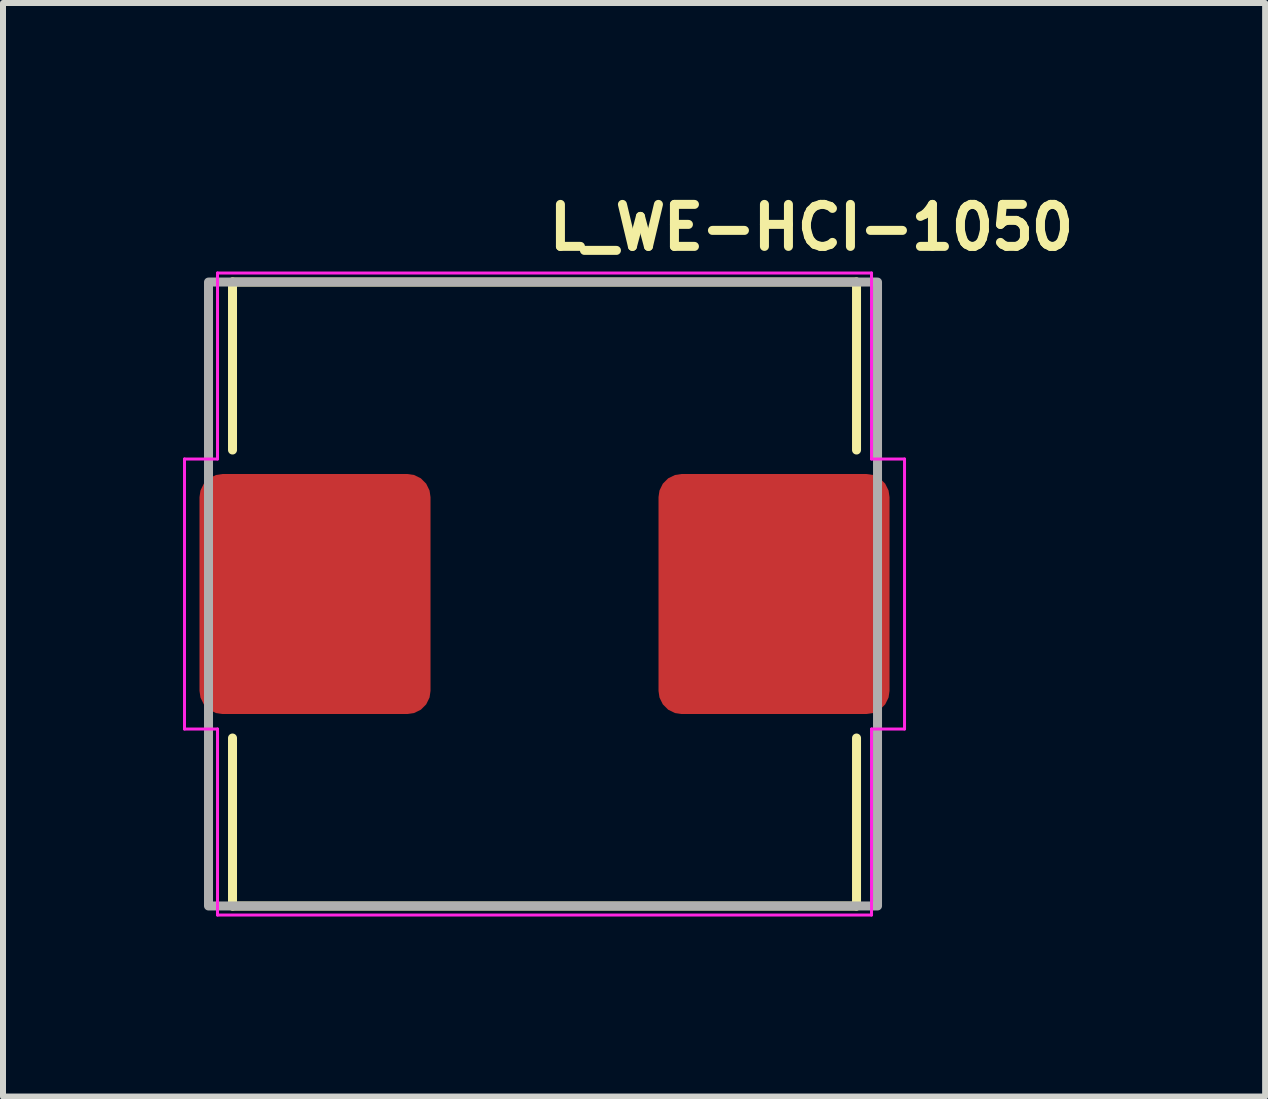
<source format=kicad_pcb>
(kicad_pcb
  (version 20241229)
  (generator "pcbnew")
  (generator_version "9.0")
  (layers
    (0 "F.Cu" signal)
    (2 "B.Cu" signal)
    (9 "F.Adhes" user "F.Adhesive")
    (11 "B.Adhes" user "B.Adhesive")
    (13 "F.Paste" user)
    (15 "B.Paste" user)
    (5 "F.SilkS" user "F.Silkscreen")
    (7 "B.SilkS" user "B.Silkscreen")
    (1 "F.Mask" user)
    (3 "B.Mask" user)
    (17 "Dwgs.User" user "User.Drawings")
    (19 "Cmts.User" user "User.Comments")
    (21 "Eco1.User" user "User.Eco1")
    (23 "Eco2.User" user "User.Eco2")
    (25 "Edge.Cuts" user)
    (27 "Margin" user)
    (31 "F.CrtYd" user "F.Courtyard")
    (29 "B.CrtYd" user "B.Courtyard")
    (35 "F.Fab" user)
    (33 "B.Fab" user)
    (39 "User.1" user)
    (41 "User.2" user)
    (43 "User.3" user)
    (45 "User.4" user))
  (footprint "L_WE-HCI-1050"
    (layer "F.Cu")
    (at 6.025 6.85)
    (property "Reference" "L_WE-HCI-1050" (at 0 -5.7 0) (layer "F.SilkS") (effects (font (size 0.7 0.7) (thickness 0.15)) (justify left bottom)))
    (attr smd)
    (fp_line (start -5.2 -5.2) (end 5.2 -5.2) (stroke (width 0.15) (type solid)) (layer "F.SilkS"))
    (fp_line (start -5.2 -2.4) (end -5.2 -5.2) (stroke (width 0.15) (type solid)) (layer "F.SilkS"))
    (fp_line (start -5.2 2.4) (end -5.2 5.2) (stroke (width 0.15) (type solid)) (layer "F.SilkS"))
    (fp_line (start -5.2 5.2) (end 5.2 5.2) (stroke (width 0.15) (type solid)) (layer "F.SilkS"))
    (fp_line (start 5.2 -5.2) (end 5.2 -2.4) (stroke (width 0.15) (type solid)) (layer "F.SilkS"))
    (fp_line (start 5.2 5.2) (end 5.2 2.4) (stroke (width 0.15) (type solid)) (layer "F.SilkS"))
    (fp_line (start -6 -2.25) (end -6 2.25) (stroke (width 0.05) (type solid)) (layer "F.CrtYd"))
    (fp_line (start -6 -2.25) (end -5.45 -2.25) (stroke (width 0.05) (type solid)) (layer "F.CrtYd"))
    (fp_line (start -6 2.25) (end -5.45 2.25) (stroke (width 0.05) (type solid)) (layer "F.CrtYd"))
    (fp_line (start -5.45 -5.35) (end -5.45 -2.25) (stroke (width 0.05) (type solid)) (layer "F.CrtYd"))
    (fp_line (start -5.45 2.25) (end -5.45 5.35) (stroke (width 0.05) (type solid)) (layer "F.CrtYd"))
    (fp_line (start -5.45 5.35) (end 5.45 5.35) (stroke (width 0.05) (type solid)) (layer "F.CrtYd"))
    (fp_line (start 5.45 -5.35) (end -5.45 -5.35) (stroke (width 0.05) (type solid)) (layer "F.CrtYd"))
    (fp_line (start 5.45 -5.35) (end 5.45 -2.25) (stroke (width 0.05) (type solid)) (layer "F.CrtYd"))
    (fp_line (start 5.45 -2.25) (end 6 -2.25) (stroke (width 0.05) (type solid)) (layer "F.CrtYd"))
    (fp_line (start 5.45 2.25) (end 5.45 5.35) (stroke (width 0.05) (type solid)) (layer "F.CrtYd"))
    (fp_line (start 5.45 2.25) (end 6 2.25) (stroke (width 0.05) (type solid)) (layer "F.CrtYd"))
    (fp_line (start 6 2.25) (end 6 -2.25) (stroke (width 0.05) (type solid)) (layer "F.CrtYd"))
    (fp_rect (start -5.6 -5.199) (end 5.55 5.199) (stroke (width 0.15) (type solid)) (fill no) (layer "F.Fab"))
    (fp_rect (start -5.6 -5.199) (end 5.55 5.199) (stroke (width 0.1) (type solid)) (fill no) (layer "User.5"))
    (fp_line (start -5.5 -1.1) (end -5.5 1.1) (stroke (width 0.02) (type solid)) (layer "User.9"))
    (fp_line (start -5.5 -1.1) (end -5.269 -1.1) (stroke (width 0.02) (type solid)) (layer "User.9"))
    (fp_line (start -5.5 1.1) (end -5.269 1.1) (stroke (width 0.02) (type solid)) (layer "User.9"))
    (fp_line (start -5.269 -1.1) (end -5.099 -1.1) (stroke (width 0.02) (type solid)) (layer "User.9"))
    (fp_line (start -5.269 1.1) (end -5.099 1.1) (stroke (width 0.02) (type solid)) (layer "User.9"))
    (fp_line (start -5.099 -4.624) (end -5.099 -4.6) (stroke (width 0.02) (type solid)) (layer "User.9"))
    (fp_line (start -5.099 -4.6) (end -5.099 -1.5) (stroke (width 0.02) (type solid)) (layer "User.9"))
    (fp_line (start -5.099 -4.6) (end -5.099 4.6) (stroke (width 0.02) (type solid)) (layer "User.9"))
    (fp_line (start -5.099 1.5) (end -5.099 4.6) (stroke (width 0.02) (type solid)) (layer "User.9"))
    (fp_line (start -5.099 4.6) (end -5.099 4.624) (stroke (width 0.02) (type solid)) (layer "User.9"))
    (fp_line (start -5.099 4.624) (end -5.097 4.649) (stroke (width 0.02) (type solid)) (layer "User.9"))
    (fp_line (start -5.097 -4.649) (end -5.099 -4.624) (stroke (width 0.02) (type solid)) (layer "User.9"))
    (fp_line (start -5.097 4.649) (end -5.094 4.673) (stroke (width 0.02) (type solid)) (layer "User.9"))
    (fp_line (start -5.094 -4.673) (end -5.097 -4.649) (stroke (width 0.02) (type solid)) (layer "User.9"))
    (fp_line (start -5.094 4.673) (end -5.09 4.698) (stroke (width 0.02) (type solid)) (layer "User.9"))
    (fp_line (start -5.09 -4.698) (end -5.094 -4.673) (stroke (width 0.02) (type solid)) (layer "User.9"))
    (fp_line (start -5.09 4.698) (end -5.084 4.721) (stroke (width 0.02) (type solid)) (layer "User.9"))
    (fp_line (start -5.084 -4.721) (end -5.09 -4.698) (stroke (width 0.02) (type solid)) (layer "User.9"))
    (fp_line (start -5.084 4.721) (end -5.078 4.745) (stroke (width 0.02) (type solid)) (layer "User.9"))
    (fp_line (start -5.078 -4.745) (end -5.084 -4.721) (stroke (width 0.02) (type solid)) (layer "User.9"))
    (fp_line (start -5.078 4.745) (end -5.07 4.768) (stroke (width 0.02) (type solid)) (layer "User.9"))
    (fp_line (start -5.07 -4.768) (end -5.078 -4.745) (stroke (width 0.02) (type solid)) (layer "User.9"))
    (fp_line (start -5.07 4.768) (end -5.061 4.791) (stroke (width 0.02) (type solid)) (layer "User.9"))
    (fp_line (start -5.061 -4.791) (end -5.07 -4.768) (stroke (width 0.02) (type solid)) (layer "User.9"))
    (fp_line (start -5.061 4.791) (end -5.052 4.813) (stroke (width 0.02) (type solid)) (layer "User.9"))
    (fp_line (start -5.052 -4.813) (end -5.061 -4.791) (stroke (width 0.02) (type solid)) (layer "User.9"))
    (fp_line (start -5.052 4.813) (end -5.041 4.835) (stroke (width 0.02) (type solid)) (layer "User.9"))
    (fp_line (start -5.041 -4.835) (end -5.052 -4.813) (stroke (width 0.02) (type solid)) (layer "User.9"))
    (fp_line (start -5.041 4.835) (end -5.029 4.856) (stroke (width 0.02) (type solid)) (layer "User.9"))
    (fp_line (start -5.029 -4.856) (end -5.041 -4.835) (stroke (width 0.02) (type solid)) (layer "User.9"))
    (fp_line (start -5.029 4.856) (end -5.015 4.877) (stroke (width 0.02) (type solid)) (layer "User.9"))
    (fp_line (start -5.015 -4.877) (end -5.029 -4.856) (stroke (width 0.02) (type solid)) (layer "User.9"))
    (fp_line (start -5.015 4.877) (end -5.001 4.897) (stroke (width 0.02) (type solid)) (layer "User.9"))
    (fp_line (start -5.001 -4.897) (end -5.015 -4.877) (stroke (width 0.02) (type solid)) (layer "User.9"))
    (fp_line (start -5.001 4.897) (end -4.986 4.916) (stroke (width 0.02) (type solid)) (layer "User.9"))
    (fp_line (start -4.986 -4.916) (end -5.001 -4.897) (stroke (width 0.02) (type solid)) (layer "User.9"))
    (fp_line (start -4.986 4.916) (end -4.97 4.935) (stroke (width 0.02) (type solid)) (layer "User.9"))
    (fp_line (start -4.97 -4.935) (end -4.986 -4.916) (stroke (width 0.02) (type solid)) (layer "User.9"))
    (fp_line (start -4.97 4.935) (end -4.953 4.953) (stroke (width 0.02) (type solid)) (layer "User.9"))
    (fp_line (start -4.953 -4.953) (end -4.97 -4.935) (stroke (width 0.02) (type solid)) (layer "User.9"))
    (fp_line (start -4.953 -4.953) (end -4.953 -4.953) (stroke (width 0.02) (type solid)) (layer "User.9"))
    (fp_line (start -4.953 4.953) (end -4.953 4.953) (stroke (width 0.02) (type solid)) (layer "User.9"))
    (fp_line (start -4.953 4.953) (end -4.935 4.97) (stroke (width 0.02) (type solid)) (layer "User.9"))
    (fp_line (start -4.935 -4.97) (end -4.953 -4.953) (stroke (width 0.02) (type solid)) (layer "User.9"))
    (fp_line (start -4.935 4.97) (end -4.916 4.986) (stroke (width 0.02) (type solid)) (layer "User.9"))
    (fp_line (start -4.916 -4.986) (end -4.935 -4.97) (stroke (width 0.02) (type solid)) (layer "User.9"))
    (fp_line (start -4.916 4.986) (end -4.897 5.001) (stroke (width 0.02) (type solid)) (layer "User.9"))
    (fp_line (start -4.897 -5.001) (end -4.916 -4.986) (stroke (width 0.02) (type solid)) (layer "User.9"))
    (fp_line (start -4.897 5.001) (end -4.877 5.015) (stroke (width 0.02) (type solid)) (layer "User.9"))
    (fp_line (start -4.877 -5.015) (end -4.897 -5.001) (stroke (width 0.02) (type solid)) (layer "User.9"))
    (fp_line (start -4.877 5.015) (end -4.856 5.029) (stroke (width 0.02) (type solid)) (layer "User.9"))
    (fp_line (start -4.856 -5.029) (end -4.877 -5.015) (stroke (width 0.02) (type solid)) (layer "User.9"))
    (fp_line (start -4.856 5.029) (end -4.835 5.041) (stroke (width 0.02) (type solid)) (layer "User.9"))
    (fp_line (start -4.835 -5.041) (end -4.856 -5.029) (stroke (width 0.02) (type solid)) (layer "User.9"))
    (fp_line (start -4.835 5.041) (end -4.813 5.052) (stroke (width 0.02) (type solid)) (layer "User.9"))
    (fp_line (start -4.813 -5.052) (end -4.835 -5.041) (stroke (width 0.02) (type solid)) (layer "User.9"))
    (fp_line (start -4.813 5.052) (end -4.791 5.061) (stroke (width 0.02) (type solid)) (layer "User.9"))
    (fp_line (start -4.791 -5.061) (end -4.813 -5.052) (stroke (width 0.02) (type solid)) (layer "User.9"))
    (fp_line (start -4.791 5.061) (end -4.768 5.07) (stroke (width 0.02) (type solid)) (layer "User.9"))
    (fp_line (start -4.768 -5.07) (end -4.791 -5.061) (stroke (width 0.02) (type solid)) (layer "User.9"))
    (fp_line (start -4.768 5.07) (end -4.745 5.078) (stroke (width 0.02) (type solid)) (layer "User.9"))
    (fp_line (start -4.745 -5.078) (end -4.768 -5.07) (stroke (width 0.02) (type solid)) (layer "User.9"))
    (fp_line (start -4.745 5.078) (end -4.721 5.084) (stroke (width 0.02) (type solid)) (layer "User.9"))
    (fp_line (start -4.721 -5.084) (end -4.745 -5.078) (stroke (width 0.02) (type solid)) (layer "User.9"))
    (fp_line (start -4.721 5.084) (end -4.698 5.09) (stroke (width 0.02) (type solid)) (layer "User.9"))
    (fp_line (start -4.698 -5.09) (end -4.721 -5.084) (stroke (width 0.02) (type solid)) (layer "User.9"))
    (fp_line (start -4.698 5.09) (end -4.673 5.094) (stroke (width 0.02) (type solid)) (layer "User.9"))
    (fp_line (start -4.673 -5.094) (end -4.698 -5.09) (stroke (width 0.02) (type solid)) (layer "User.9"))
    (fp_line (start -4.673 5.094) (end -4.649 5.097) (stroke (width 0.02) (type solid)) (layer "User.9"))
    (fp_line (start -4.649 -5.097) (end -4.673 -5.094) (stroke (width 0.02) (type solid)) (layer "User.9"))
    (fp_line (start -4.649 5.097) (end -4.624 5.099) (stroke (width 0.02) (type solid)) (layer "User.9"))
    (fp_line (start -4.624 -5.099) (end -4.649 -5.097) (stroke (width 0.02) (type solid)) (layer "User.9"))
    (fp_line (start -4.624 5.099) (end -4.6 5.099) (stroke (width 0.02) (type solid)) (layer "User.9"))
    (fp_line (start -4.6 -5.099) (end -4.624 -5.099) (stroke (width 0.02) (type solid)) (layer "User.9"))
    (fp_line (start -4.6 5.099) (end 4.6 5.099) (stroke (width 0.02) (type solid)) (layer "User.9"))
    (fp_line (start -4.6 5.099) (end 4.6 5.099) (stroke (width 0.02) (type solid)) (layer "User.9"))
    (fp_line (start 4.6 -5.099) (end -4.6 -5.099) (stroke (width 0.02) (type solid)) (layer "User.9"))
    (fp_line (start 4.6 -5.099) (end -4.6 -5.099) (stroke (width 0.02) (type solid)) (layer "User.9"))
    (fp_line (start 4.6 5.099) (end 4.624 5.099) (stroke (width 0.02) (type solid)) (layer "User.9"))
    (fp_line (start 4.624 -5.099) (end 4.6 -5.099) (stroke (width 0.02) (type solid)) (layer "User.9"))
    (fp_line (start 4.624 5.099) (end 4.649 5.097) (stroke (width 0.02) (type solid)) (layer "User.9"))
    (fp_line (start 4.649 -5.097) (end 4.624 -5.099) (stroke (width 0.02) (type solid)) (layer "User.9"))
    (fp_line (start 4.649 5.097) (end 4.673 5.094) (stroke (width 0.02) (type solid)) (layer "User.9"))
    (fp_line (start 4.673 -5.094) (end 4.649 -5.097) (stroke (width 0.02) (type solid)) (layer "User.9"))
    (fp_line (start 4.673 5.094) (end 4.698 5.09) (stroke (width 0.02) (type solid)) (layer "User.9"))
    (fp_line (start 4.698 -5.09) (end 4.673 -5.094) (stroke (width 0.02) (type solid)) (layer "User.9"))
    (fp_line (start 4.698 5.09) (end 4.721 5.084) (stroke (width 0.02) (type solid)) (layer "User.9"))
    (fp_line (start 4.721 -5.084) (end 4.698 -5.09) (stroke (width 0.02) (type solid)) (layer "User.9"))
    (fp_line (start 4.721 5.084) (end 4.745 5.078) (stroke (width 0.02) (type solid)) (layer "User.9"))
    (fp_line (start 4.745 -5.078) (end 4.721 -5.084) (stroke (width 0.02) (type solid)) (layer "User.9"))
    (fp_line (start 4.745 5.078) (end 4.768 5.07) (stroke (width 0.02) (type solid)) (layer "User.9"))
    (fp_line (start 4.768 -5.07) (end 4.745 -5.078) (stroke (width 0.02) (type solid)) (layer "User.9"))
    (fp_line (start 4.768 5.07) (end 4.791 5.061) (stroke (width 0.02) (type solid)) (layer "User.9"))
    (fp_line (start 4.791 -5.061) (end 4.768 -5.07) (stroke (width 0.02) (type solid)) (layer "User.9"))
    (fp_line (start 4.791 5.061) (end 4.813 5.052) (stroke (width 0.02) (type solid)) (layer "User.9"))
    (fp_line (start 4.813 -5.052) (end 4.791 -5.061) (stroke (width 0.02) (type solid)) (layer "User.9"))
    (fp_line (start 4.813 5.052) (end 4.835 5.041) (stroke (width 0.02) (type solid)) (layer "User.9"))
    (fp_line (start 4.835 -5.041) (end 4.813 -5.052) (stroke (width 0.02) (type solid)) (layer "User.9"))
    (fp_line (start 4.835 5.041) (end 4.856 5.029) (stroke (width 0.02) (type solid)) (layer "User.9"))
    (fp_line (start 4.856 -5.029) (end 4.835 -5.041) (stroke (width 0.02) (type solid)) (layer "User.9"))
    (fp_line (start 4.856 5.029) (end 4.877 5.015) (stroke (width 0.02) (type solid)) (layer "User.9"))
    (fp_line (start 4.877 -5.015) (end 4.856 -5.029) (stroke (width 0.02) (type solid)) (layer "User.9"))
    (fp_line (start 4.877 5.015) (end 4.897 5.001) (stroke (width 0.02) (type solid)) (layer "User.9"))
    (fp_line (start 4.897 -5.001) (end 4.877 -5.015) (stroke (width 0.02) (type solid)) (layer "User.9"))
    (fp_line (start 4.897 5.001) (end 4.916 4.986) (stroke (width 0.02) (type solid)) (layer "User.9"))
    (fp_line (start 4.916 -4.986) (end 4.897 -5.001) (stroke (width 0.02) (type solid)) (layer "User.9"))
    (fp_line (start 4.916 4.986) (end 4.935 4.97) (stroke (width 0.02) (type solid)) (layer "User.9"))
    (fp_line (start 4.935 -4.97) (end 4.916 -4.986) (stroke (width 0.02) (type solid)) (layer "User.9"))
    (fp_line (start 4.935 4.97) (end 4.953 4.953) (stroke (width 0.02) (type solid)) (layer "User.9"))
    (fp_line (start 4.953 -4.953) (end 4.935 -4.97) (stroke (width 0.02) (type solid)) (layer "User.9"))
    (fp_line (start 4.953 -4.953) (end 4.953 -4.953) (stroke (width 0.02) (type solid)) (layer "User.9"))
    (fp_line (start 4.953 4.953) (end 4.953 4.953) (stroke (width 0.02) (type solid)) (layer "User.9"))
    (fp_line (start 4.953 4.953) (end 4.97 4.935) (stroke (width 0.02) (type solid)) (layer "User.9"))
    (fp_line (start 4.97 -4.935) (end 4.953 -4.953) (stroke (width 0.02) (type solid)) (layer "User.9"))
    (fp_line (start 4.97 4.935) (end 4.986 4.916) (stroke (width 0.02) (type solid)) (layer "User.9"))
    (fp_line (start 4.986 -4.916) (end 4.97 -4.935) (stroke (width 0.02) (type solid)) (layer "User.9"))
    (fp_line (start 4.986 4.916) (end 5.001 4.897) (stroke (width 0.02) (type solid)) (layer "User.9"))
    (fp_line (start 5.001 -4.897) (end 4.986 -4.916) (stroke (width 0.02) (type solid)) (layer "User.9"))
    (fp_line (start 5.001 4.897) (end 5.015 4.877) (stroke (width 0.02) (type solid)) (layer "User.9"))
    (fp_line (start 5.015 -4.877) (end 5.001 -4.897) (stroke (width 0.02) (type solid)) (layer "User.9"))
    (fp_line (start 5.015 4.877) (end 5.029 4.856) (stroke (width 0.02) (type solid)) (layer "User.9"))
    (fp_line (start 5.029 -4.856) (end 5.015 -4.877) (stroke (width 0.02) (type solid)) (layer "User.9"))
    (fp_line (start 5.029 4.856) (end 5.041 4.835) (stroke (width 0.02) (type solid)) (layer "User.9"))
    (fp_line (start 5.041 -4.835) (end 5.029 -4.856) (stroke (width 0.02) (type solid)) (layer "User.9"))
    (fp_line (start 5.041 4.835) (end 5.052 4.813) (stroke (width 0.02) (type solid)) (layer "User.9"))
    (fp_line (start 5.052 -4.813) (end 5.041 -4.835) (stroke (width 0.02) (type solid)) (layer "User.9"))
    (fp_line (start 5.052 4.813) (end 5.061 4.791) (stroke (width 0.02) (type solid)) (layer "User.9"))
    (fp_line (start 5.061 -4.791) (end 5.052 -4.813) (stroke (width 0.02) (type solid)) (layer "User.9"))
    (fp_line (start 5.061 4.791) (end 5.07 4.768) (stroke (width 0.02) (type solid)) (layer "User.9"))
    (fp_line (start 5.07 -4.768) (end 5.061 -4.791) (stroke (width 0.02) (type solid)) (layer "User.9"))
    (fp_line (start 5.07 4.768) (end 5.078 4.745) (stroke (width 0.02) (type solid)) (layer "User.9"))
    (fp_line (start 5.078 -4.745) (end 5.07 -4.768) (stroke (width 0.02) (type solid)) (layer "User.9"))
    (fp_line (start 5.078 4.745) (end 5.084 4.721) (stroke (width 0.02) (type solid)) (layer "User.9"))
    (fp_line (start 5.084 -4.721) (end 5.078 -4.745) (stroke (width 0.02) (type solid)) (layer "User.9"))
    (fp_line (start 5.084 4.721) (end 5.09 4.698) (stroke (width 0.02) (type solid)) (layer "User.9"))
    (fp_line (start 5.09 -4.698) (end 5.084 -4.721) (stroke (width 0.02) (type solid)) (layer "User.9"))
    (fp_line (start 5.09 4.698) (end 5.094 4.673) (stroke (width 0.02) (type solid)) (layer "User.9"))
    (fp_line (start 5.094 -4.673) (end 5.09 -4.698) (stroke (width 0.02) (type solid)) (layer "User.9"))
    (fp_line (start 5.094 4.673) (end 5.097 4.649) (stroke (width 0.02) (type solid)) (layer "User.9"))
    (fp_line (start 5.097 -4.649) (end 5.094 -4.673) (stroke (width 0.02) (type solid)) (layer "User.9"))
    (fp_line (start 5.097 4.649) (end 5.099 4.624) (stroke (width 0.02) (type solid)) (layer "User.9"))
    (fp_line (start 5.099 -4.624) (end 5.097 -4.649) (stroke (width 0.02) (type solid)) (layer "User.9"))
    (fp_line (start 5.099 -4.6) (end 5.099 -4.624) (stroke (width 0.02) (type solid)) (layer "User.9"))
    (fp_line (start 5.099 -1.5) (end 5.099 -4.6) (stroke (width 0.02) (type solid)) (layer "User.9"))
    (fp_line (start 5.099 4.6) (end 5.099 -4.6) (stroke (width 0.02) (type solid)) (layer "User.9"))
    (fp_line (start 5.099 4.6) (end 5.099 1.5) (stroke (width 0.02) (type solid)) (layer "User.9"))
    (fp_line (start 5.099 4.624) (end 5.099 4.6) (stroke (width 0.02) (type solid)) (layer "User.9"))
    (fp_line (start 5.269 -1.1) (end 5.099 -1.1) (stroke (width 0.02) (type solid)) (layer "User.9"))
    (fp_line (start 5.269 -1.1) (end 5.5 -1.1) (stroke (width 0.02) (type solid)) (layer "User.9"))
    (fp_line (start 5.269 1.1) (end 5.099 1.1) (stroke (width 0.02) (type solid)) (layer "User.9"))
    (fp_line (start 5.269 1.1) (end 5.5 1.1) (stroke (width 0.02) (type solid)) (layer "User.9"))
    (fp_line (start 5.5 1.1) (end 5.5 -1.1) (stroke (width 0.02) (type solid)) (layer "User.9"))
    (pad "1" smd roundrect (at -3.825 0) (size 3.85 4) (layers "F.Cu" "F.Mask" "F.Paste") (roundrect_rratio 0.1))
    (pad "2" smd roundrect (at 3.825 0) (size 3.85 4) (layers "F.Cu" "F.Mask" "F.Paste") (roundrect_rratio 0.1)))
  (gr_rect
    (start -3 -3)
    (end 18.035 15.225)
    (stroke (width 0.1) (type default))
    (fill no)
    (layer "Edge.Cuts")))
</source>
